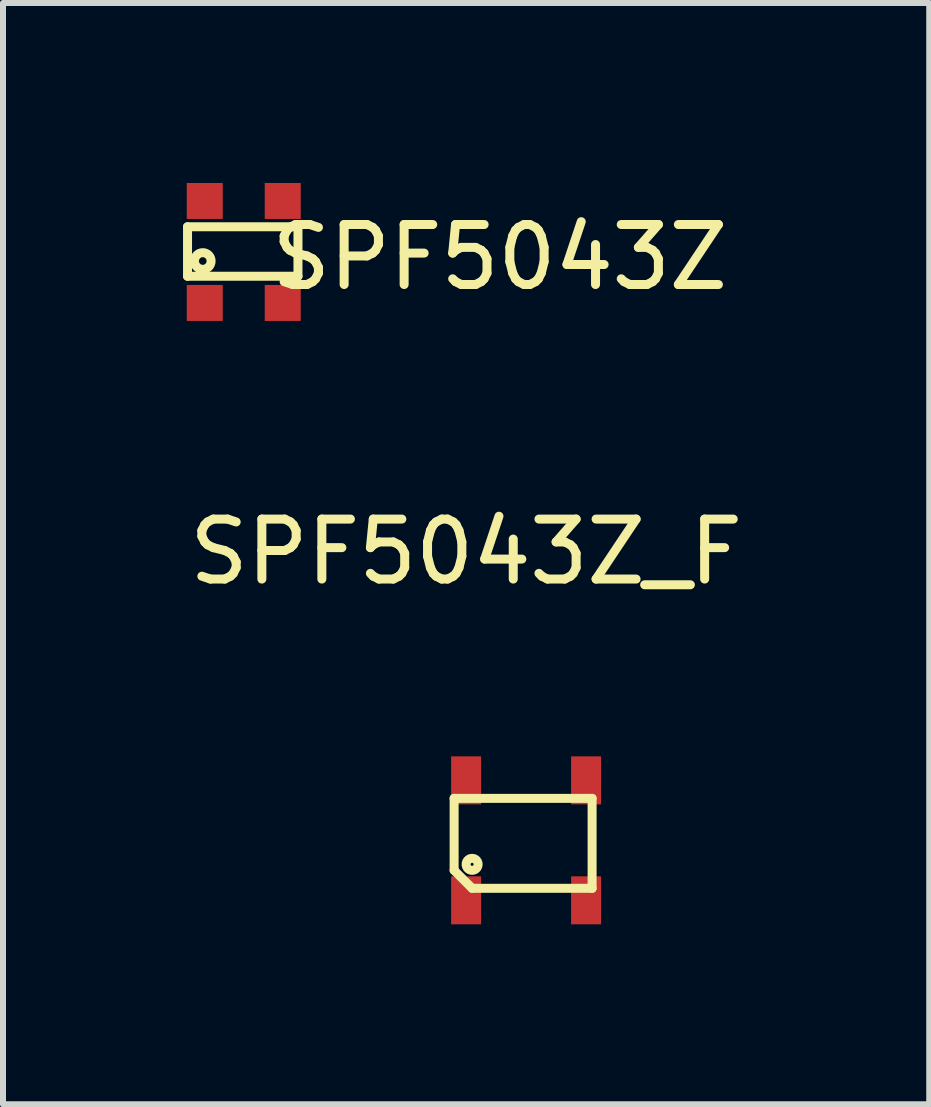
<source format=kicad_pcb>
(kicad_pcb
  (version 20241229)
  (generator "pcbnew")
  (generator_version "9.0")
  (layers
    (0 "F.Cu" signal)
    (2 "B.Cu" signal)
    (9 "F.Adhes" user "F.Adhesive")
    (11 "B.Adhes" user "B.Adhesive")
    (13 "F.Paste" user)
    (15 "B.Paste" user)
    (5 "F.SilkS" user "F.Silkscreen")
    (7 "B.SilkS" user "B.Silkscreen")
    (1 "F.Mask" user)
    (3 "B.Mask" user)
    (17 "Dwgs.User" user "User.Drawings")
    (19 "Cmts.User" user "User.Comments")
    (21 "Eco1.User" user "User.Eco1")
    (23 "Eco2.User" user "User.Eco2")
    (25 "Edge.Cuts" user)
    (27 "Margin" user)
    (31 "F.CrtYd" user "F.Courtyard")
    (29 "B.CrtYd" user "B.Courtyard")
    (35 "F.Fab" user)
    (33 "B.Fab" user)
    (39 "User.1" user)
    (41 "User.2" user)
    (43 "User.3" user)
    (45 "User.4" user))
  (footprint "SPF5043Z_F"
    (layer "F.Cu")
    (at 4.72 9.958)
    (property "Reference" "SPF5043Z_F" (at 0 -3.81 0) (layer "F.SilkS") (effects (font (size 1 1) (thickness 0.15))))
    (attr through_hole)
    (fp_line (start -0.2 0.3) (end -0.2 1.5) (stroke (width 0.15) (type solid)) (layer "F.SilkS"))
    (fp_line (start -0.2 1.5) (end 0.1 1.8) (stroke (width 0.15) (type solid)) (layer "F.SilkS"))
    (fp_line (start 0.1 1.8) (end 2.1 1.8) (stroke (width 0.15) (type solid)) (layer "F.SilkS"))
    (fp_line (start 2.1 0.3) (end -0.2 0.3) (stroke (width 0.15) (type solid)) (layer "F.SilkS"))
    (fp_line (start 2.1 1.8) (end 2.1 0.3) (stroke (width 0.15) (type solid)) (layer "F.SilkS"))
    (fp_circle (center 0.1 1.4) (end 0.2 1.4) (stroke (width 0.15) (type solid)) (fill no) (layer "F.SilkS"))
    (pad "1" smd rect (at 0 2 90) (size 0.8 0.5) (layers "F.Cu" "F.Mask" "F.Paste"))
    (pad "2" smd rect (at 2 2 90) (size 0.8 0.5) (layers "F.Cu" "F.Mask" "F.Paste"))
    (pad "3" smd rect (at 2 0 90) (size 0.8 0.5) (layers "F.Cu" "F.Mask" "F.Paste"))
    (pad "4" smd rect (at 0 0 90) (size 0.8 0.5) (layers "F.Cu" "F.Mask" "F.Paste")))
  (footprint "SPF5043Z"
    (layer "F.Cu")
    (at 1.663 2)
    (property "Reference" "SPF5043Z" (at 3.619 -0.762 0) (layer "F.SilkS") (effects (font (size 1 1) (thickness 0.15))))
    (attr through_hole)
    (fp_line (start -1.587 -1.27) (end -1.587 -0.445) (stroke (width 0.15) (type solid)) (layer "F.SilkS"))
    (fp_line (start -1.587 -0.445) (end 0.254 -0.445) (stroke (width 0.15) (type solid)) (layer "F.SilkS"))
    (fp_line (start 0.254 -1.27) (end -1.587 -1.27) (stroke (width 0.15) (type solid)) (layer "F.SilkS"))
    (fp_line (start 0.254 -0.445) (end 0.254 -1.27) (stroke (width 0.15) (type solid)) (layer "F.SilkS"))
    (fp_circle (center -1.333 -0.699) (end -1.333 -0.635) (stroke (width 0.15) (type solid)) (fill no) (layer "F.SilkS"))
    (pad "1" smd rect (at -1.3 0) (size 0.6 0.6) (layers "F.Cu" "F.Mask" "F.Paste"))
    (pad "2" smd rect (at 0 0) (size 0.6 0.6) (layers "F.Cu" "F.Mask" "F.Paste"))
    (pad "3" smd rect (at 0 -1.7) (size 0.6 0.6) (layers "F.Cu" "F.Mask" "F.Paste"))
    (pad "4" smd rect (at -1.3 -1.7) (size 0.6 0.6) (layers "F.Cu" "F.Mask" "F.Paste")))
  (gr_rect
    (start -3 -3)
    (end 12.44 15.358)
    (stroke (width 0.1) (type default))
    (fill no)
    (layer "Edge.Cuts")))
</source>
